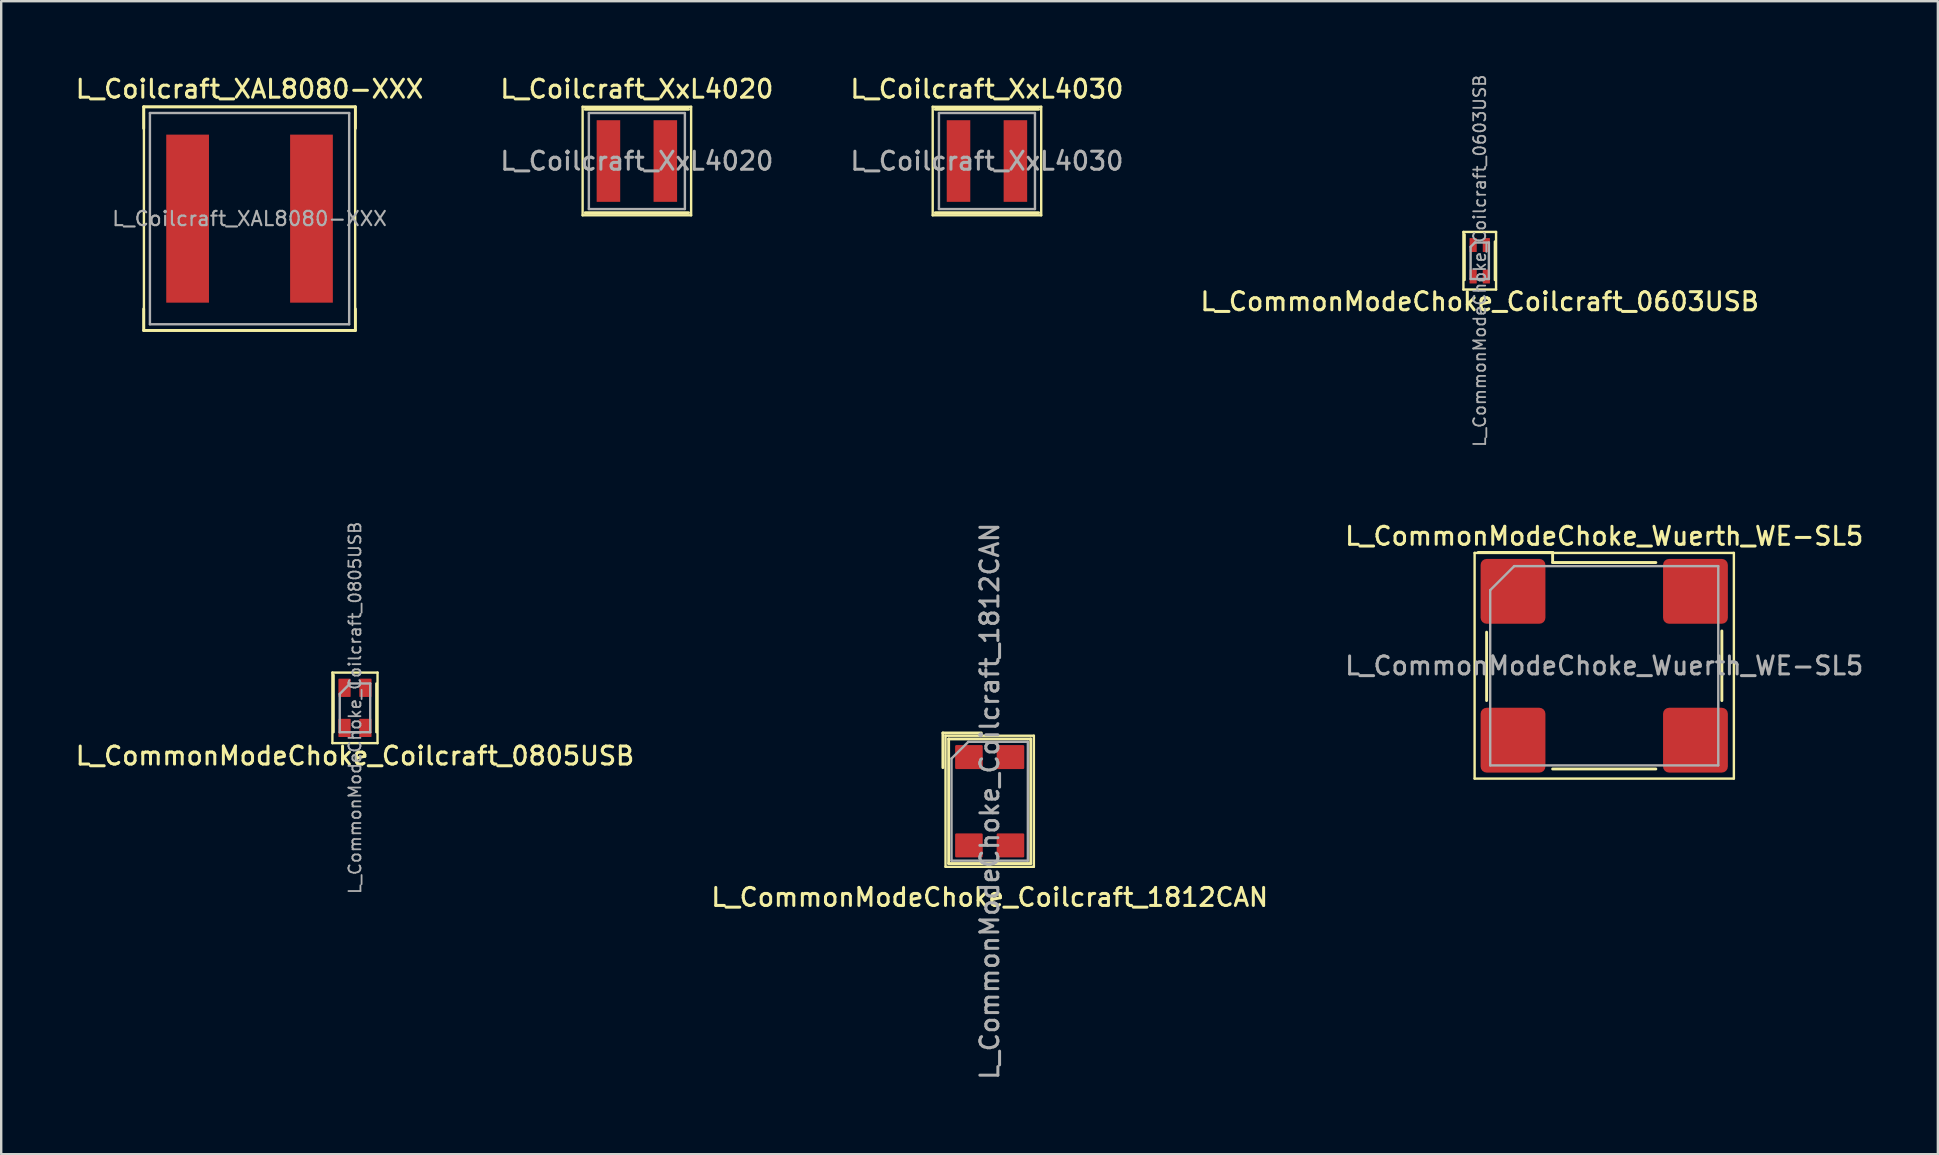
<source format=kicad_pcb>
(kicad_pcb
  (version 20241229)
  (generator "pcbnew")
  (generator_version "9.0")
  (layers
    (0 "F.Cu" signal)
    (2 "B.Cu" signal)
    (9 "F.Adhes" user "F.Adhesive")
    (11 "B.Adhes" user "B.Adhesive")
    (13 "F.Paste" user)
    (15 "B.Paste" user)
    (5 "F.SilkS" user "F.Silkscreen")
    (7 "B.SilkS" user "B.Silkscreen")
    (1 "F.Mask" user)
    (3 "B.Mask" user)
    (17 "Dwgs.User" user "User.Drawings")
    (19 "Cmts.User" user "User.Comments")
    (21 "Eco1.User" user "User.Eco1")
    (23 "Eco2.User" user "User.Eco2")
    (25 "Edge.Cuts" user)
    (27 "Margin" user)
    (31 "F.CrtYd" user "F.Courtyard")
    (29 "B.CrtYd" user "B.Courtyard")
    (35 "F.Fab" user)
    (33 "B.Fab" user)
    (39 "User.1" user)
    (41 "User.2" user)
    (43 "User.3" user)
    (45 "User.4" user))
  (footprint "L_CommonModeChoke_Coilcraft_0603USB"
    (layer "F.Cu")
    (at 58.591 7.812)
    (property "Reference" "L_CommonModeChoke_Coilcraft_0603USB" (at 0 1.7 0) (layer "F.SilkS") (effects (font (size 0.75 0.75) (thickness 0.125))))
    (attr smd)
    (fp_line (start -0.68 -1.2) (end 0.68 -1.2) (stroke (width 0.1) (type solid)) (layer "F.SilkS"))
    (fp_line (start -0.68 1.2) (end -0.68 -1.2) (stroke (width 0.1) (type solid)) (layer "F.SilkS"))
    (fp_line (start -0.68 1.2) (end 0.68 1.2) (stroke (width 0.1) (type solid)) (layer "F.SilkS"))
    (fp_line (start -0.63 -1.1) (end -0.63 0.8) (stroke (width 0.1) (type solid)) (layer "F.SilkS"))
    (fp_line (start 0.63 0.8) (end 0.63 -0.8) (stroke (width 0.1) (type solid)) (layer "F.SilkS"))
    (fp_line (start 0.68 1.2) (end 0.68 -1.2) (stroke (width 0.1) (type solid)) (layer "F.SilkS"))
    (fp_line (start -0.38 -0.58) (end -0.38 0.76) (stroke (width 0.1) (type solid)) (layer "F.Fab"))
    (fp_line (start -0.38 -0.58) (end -0.2 -0.76) (stroke (width 0.1) (type solid)) (layer "F.Fab"))
    (fp_line (start -0.38 0.76) (end 0.38 0.76) (stroke (width 0.1) (type solid)) (layer "F.Fab"))
    (fp_line (start -0.2 -0.76) (end 0.38 -0.76) (stroke (width 0.1) (type solid)) (layer "F.Fab"))
    (fp_line (start 0.38 -0.76) (end 0.38 0.76) (stroke (width 0.1) (type solid)) (layer "F.Fab"))
    (fp_text user "${REFERENCE}" (at 0 0 90) (layer "F.Fab") (effects (font (size 0.5 0.5) (thickness 0.075))))
    (pad "1" smd roundrect (at -0.275 -0.655) (size 0.3 0.58) (layers "F.Cu" "F.Mask" "F.Paste") (roundrect_rratio 0.05))
    (pad "2" smd roundrect (at -0.275 0.655) (size 0.3 0.58) (layers "F.Cu" "F.Mask" "F.Paste") (roundrect_rratio 0.05))
    (pad "3" smd roundrect (at 0.275 0.655) (size 0.3 0.58) (layers "F.Cu" "F.Mask" "F.Paste") (roundrect_rratio 0.05))
    (pad "4" smd roundrect (at 0.275 -0.655) (size 0.3 0.58) (layers "F.Cu" "F.Mask" "F.Paste") (roundrect_rratio 0.05)))
  (footprint "L_Coilcraft_XxL4020"
    (layer "F.Cu")
    (at 23.48 3.658)
    (property "Reference" "L_Coilcraft_XxL4020" (at 0 -3 0) (layer "F.SilkS") (effects (font (size 0.75 0.75) (thickness 0.125))))
    (attr smd)
    (fp_line (start -2.26 -2.26) (end 2.26 -2.26) (stroke (width 0.1) (type solid)) (layer "F.SilkS"))
    (fp_line (start -2.26 2.26) (end -2.26 -2.26) (stroke (width 0.1) (type solid)) (layer "F.SilkS"))
    (fp_line (start -2.154 -2.154) (end 2.154 -2.154) (stroke (width 0.12) (type solid)) (layer "F.SilkS"))
    (fp_line (start 2.154 2.154) (end -2.154 2.154) (stroke (width 0.12) (type solid)) (layer "F.SilkS"))
    (fp_line (start 2.26 -2.26) (end 2.26 2.26) (stroke (width 0.1) (type solid)) (layer "F.SilkS"))
    (fp_line (start 2.26 2.26) (end -2.26 2.26) (stroke (width 0.1) (type solid)) (layer "F.SilkS"))
    (fp_line (start -2 -2) (end 2 -2) (stroke (width 0.1) (type solid)) (layer "F.Fab"))
    (fp_line (start -2 2) (end -2 -2) (stroke (width 0.1) (type solid)) (layer "F.Fab"))
    (fp_line (start 2 -2) (end 2 2) (stroke (width 0.1) (type solid)) (layer "F.Fab"))
    (fp_line (start 2 2) (end -2 2) (stroke (width 0.1) (type solid)) (layer "F.Fab"))
    (fp_text user "${REFERENCE}" (at 0 0 0) (layer "F.Fab") (effects (font (size 0.75 0.75) (thickness 0.125))))
    (pad "1" smd rect (at -1.185 0) (size 0.98 3.4) (layers "F.Cu" "F.Mask" "F.Paste"))
    (pad "2" smd rect (at 1.185 0) (size 0.98 3.4) (layers "F.Cu" "F.Mask" "F.Paste")))
  (footprint "L_Coilcraft_XAL8080-XXX"
    (layer "F.Cu")
    (at 7.345 6.058)
    (property "Reference" "L_Coilcraft_XAL8080-XXX" (at 0 -5.4 0) (layer "F.SilkS") (effects (font (size 0.75 0.75) (thickness 0.125))))
    (attr smd)
    (fp_line (start -4.41 -4.66) (end -4.41 -3.76) (stroke (width 0.12) (type solid)) (layer "F.SilkS"))
    (fp_line (start -4.41 -4.66) (end 4.41 -4.66) (stroke (width 0.12) (type solid)) (layer "F.SilkS"))
    (fp_line (start -4.41 4.66) (end -4.41 3.76) (stroke (width 0.12) (type solid)) (layer "F.SilkS"))
    (fp_line (start -4.41 4.66) (end 4.41 4.66) (stroke (width 0.12) (type solid)) (layer "F.SilkS"))
    (fp_line (start -4.4 -4.65) (end -4.4 4.65) (stroke (width 0.1) (type solid)) (layer "F.SilkS"))
    (fp_line (start -4.4 4.65) (end 4.4 4.65) (stroke (width 0.1) (type solid)) (layer "F.SilkS"))
    (fp_line (start 4.4 -4.65) (end -4.4 -4.65) (stroke (width 0.1) (type solid)) (layer "F.SilkS"))
    (fp_line (start 4.4 4.65) (end 4.4 -4.65) (stroke (width 0.1) (type solid)) (layer "F.SilkS"))
    (fp_line (start 4.41 -4.66) (end 4.41 -3.76) (stroke (width 0.12) (type solid)) (layer "F.SilkS"))
    (fp_line (start 4.41 4.66) (end 4.41 3.76) (stroke (width 0.12) (type solid)) (layer "F.SilkS"))
    (fp_line (start -4.15 -4.4) (end -4.15 4.4) (stroke (width 0.1) (type solid)) (layer "F.Fab"))
    (fp_line (start -4.15 4.4) (end 4.15 4.4) (stroke (width 0.1) (type solid)) (layer "F.Fab"))
    (fp_line (start 4.15 -4.4) (end -4.15 -4.4) (stroke (width 0.1) (type solid)) (layer "F.Fab"))
    (fp_line (start 4.15 4.4) (end 4.15 -4.4) (stroke (width 0.1) (type solid)) (layer "F.Fab"))
    (fp_text user "${REFERENCE}" (at 0 0 0) (layer "F.Fab") (effects (font (size 0.593 0.593) (thickness 0.089))))
    (pad "1" smd rect (at -2.58 0) (size 1.78 7) (layers "F.Cu" "F.Mask" "F.Paste"))
    (pad "2" smd rect (at 2.58 0) (size 1.78 7) (layers "F.Cu" "F.Mask" "F.Paste")))
  (footprint "L_CommonModeChoke_Coilcraft_0805USB"
    (layer "F.Cu")
    (at 11.737 26.437)
    (property "Reference" "L_CommonModeChoke_Coilcraft_0805USB" (at 0 2 0) (layer "F.SilkS") (effects (font (size 0.75 0.75) (thickness 0.125))))
    (attr smd)
    (fp_line (start -0.94 -1.47) (end 0.94 -1.47) (stroke (width 0.1) (type solid)) (layer "F.SilkS"))
    (fp_line (start -0.94 1.47) (end -0.94 -1.47) (stroke (width 0.1) (type solid)) (layer "F.SilkS"))
    (fp_line (start -0.94 1.47) (end 0.94 1.47) (stroke (width 0.1) (type solid)) (layer "F.SilkS"))
    (fp_line (start -0.89 -1.37) (end -0.89 1.015) (stroke (width 0.1) (type solid)) (layer "F.SilkS"))
    (fp_line (start 0.89 -1.015) (end 0.89 1.015) (stroke (width 0.1) (type solid)) (layer "F.SilkS"))
    (fp_line (start 0.94 1.47) (end 0.94 -1.47) (stroke (width 0.1) (type solid)) (layer "F.SilkS"))
    (fp_line (start -0.635 -0.58) (end -0.635 1.015) (stroke (width 0.1) (type solid)) (layer "F.Fab"))
    (fp_line (start -0.635 -0.58) (end -0.205 -1.015) (stroke (width 0.1) (type solid)) (layer "F.Fab"))
    (fp_line (start -0.635 1.015) (end 0.635 1.015) (stroke (width 0.1) (type solid)) (layer "F.Fab"))
    (fp_line (start -0.205 -1.015) (end 0.635 -1.015) (stroke (width 0.1) (type solid)) (layer "F.Fab"))
    (fp_line (start 0.635 -1.015) (end 0.635 1.015) (stroke (width 0.1) (type solid)) (layer "F.Fab"))
    (fp_text user "${REFERENCE}" (at 0 0 90) (layer "F.Fab") (effects (font (size 0.5 0.5) (thickness 0.075))))
    (pad "1" smd roundrect (at -0.435 -0.835) (size 0.51 0.76) (layers "F.Cu" "F.Mask" "F.Paste") (roundrect_rratio 0.05))
    (pad "2" smd roundrect (at -0.435 0.835) (size 0.51 0.76) (layers "F.Cu" "F.Mask" "F.Paste") (roundrect_rratio 0.05))
    (pad "3" smd roundrect (at 0.435 0.835) (size 0.51 0.76) (layers "F.Cu" "F.Mask" "F.Paste") (roundrect_rratio 0.05))
    (pad "4" smd roundrect (at 0.435 -0.835) (size 0.51 0.76) (layers "F.Cu" "F.Mask" "F.Paste") (roundrect_rratio 0.05)))
  (footprint "L_Coilcraft_XxL4030"
    (layer "F.Cu")
    (at 38.063 3.658)
    (property "Reference" "L_Coilcraft_XxL4030" (at 0 -3 0) (layer "F.SilkS") (effects (font (size 0.75 0.75) (thickness 0.125))))
    (attr smd)
    (fp_line (start -2.26 -2.26) (end 2.26 -2.26) (stroke (width 0.1) (type solid)) (layer "F.SilkS"))
    (fp_line (start -2.26 2.26) (end -2.26 -2.26) (stroke (width 0.1) (type solid)) (layer "F.SilkS"))
    (fp_line (start -2.154 -2.154) (end 2.154 -2.154) (stroke (width 0.12) (type solid)) (layer "F.SilkS"))
    (fp_line (start 2.154 2.154) (end -2.154 2.154) (stroke (width 0.12) (type solid)) (layer "F.SilkS"))
    (fp_line (start 2.26 -2.26) (end 2.26 2.26) (stroke (width 0.1) (type solid)) (layer "F.SilkS"))
    (fp_line (start 2.26 2.26) (end -2.26 2.26) (stroke (width 0.1) (type solid)) (layer "F.SilkS"))
    (fp_line (start -2 -2) (end 2 -2) (stroke (width 0.1) (type solid)) (layer "F.Fab"))
    (fp_line (start -2 2) (end -2 -2) (stroke (width 0.1) (type solid)) (layer "F.Fab"))
    (fp_line (start 2 -2) (end 2 2) (stroke (width 0.1) (type solid)) (layer "F.Fab"))
    (fp_line (start 2 2) (end -2 2) (stroke (width 0.1) (type solid)) (layer "F.Fab"))
    (fp_text user "${REFERENCE}" (at 0 0 0) (layer "F.Fab") (effects (font (size 0.75 0.75) (thickness 0.125))))
    (pad "1" smd rect (at -1.185 0) (size 0.98 3.4) (layers "F.Cu" "F.Mask" "F.Paste"))
    (pad "2" smd rect (at 1.185 0) (size 0.98 3.4) (layers "F.Cu" "F.Mask" "F.Paste")))
  (footprint "L_CommonModeChoke_Wuerth_WE-SL5"
    (layer "F.Cu")
    (at 63.777 24.683)
    (property "Reference" "L_CommonModeChoke_Wuerth_WE-SL5" (at 0 -5.4 0) (layer "F.SilkS") (effects (font (size 0.75 0.75) (thickness 0.125))))
    (attr smd)
    (fp_line (start -5.4 4.7) (end -5.4 -4.7) (stroke (width 0.1) (type solid)) (layer "F.SilkS"))
    (fp_line (start -4.9 1.45) (end -4.9 -1.4) (stroke (width 0.12) (type solid)) (layer "F.SilkS"))
    (fp_line (start -2.15 -4.72) (end -5.25 -4.72) (stroke (width 0.12) (type solid)) (layer "F.SilkS"))
    (fp_line (start -2.15 -4.3) (end -2.15 -4.72) (stroke (width 0.12) (type solid)) (layer "F.SilkS"))
    (fp_line (start 2.15 -4.3) (end -2.15 -4.3) (stroke (width 0.12) (type solid)) (layer "F.SilkS"))
    (fp_line (start 2.15 4.3) (end -2.15 4.3) (stroke (width 0.12) (type solid)) (layer "F.SilkS"))
    (fp_line (start 4.9 1.45) (end 4.9 -1.45) (stroke (width 0.12) (type solid)) (layer "F.SilkS"))
    (fp_line (start 5.4 -4.7) (end -5.4 -4.7) (stroke (width 0.1) (type solid)) (layer "F.SilkS"))
    (fp_line (start 5.4 4.7) (end -5.4 4.7) (stroke (width 0.1) (type solid)) (layer "F.SilkS"))
    (fp_line (start 5.4 4.7) (end 5.4 -4.7) (stroke (width 0.1) (type solid)) (layer "F.SilkS"))
    (fp_line (start -4.75 -3.15) (end -4.75 4.15) (stroke (width 0.1) (type solid)) (layer "F.Fab"))
    (fp_line (start -4.75 4.15) (end 4.75 4.15) (stroke (width 0.1) (type solid)) (layer "F.Fab"))
    (fp_line (start -3.75 -4.15) (end -4.75 -3.15) (stroke (width 0.1) (type solid)) (layer "F.Fab"))
    (fp_line (start 4.75 -4.15) (end -3.75 -4.15) (stroke (width 0.1) (type solid)) (layer "F.Fab"))
    (fp_line (start 4.75 -4.15) (end 4.75 4.15) (stroke (width 0.1) (type solid)) (layer "F.Fab"))
    (fp_text user "${REFERENCE}" (at 0 0 0) (layer "F.Fab") (effects (font (size 0.75 0.75) (thickness 0.125))))
    (pad "1" smd roundrect (at -3.8 -3.1 180) (size 2.7 2.7) (layers "F.Cu" "F.Mask" "F.Paste") (roundrect_rratio 0.093))
    (pad "2" smd roundrect (at -3.8 3.1 180) (size 2.7 2.7) (layers "F.Cu" "F.Mask" "F.Paste") (roundrect_rratio 0.093))
    (pad "3" smd roundrect (at 3.8 3.1 180) (size 2.7 2.7) (layers "F.Cu" "F.Mask" "F.Paste") (roundrect_rratio 0.093))
    (pad "4" smd roundrect (at 3.8 -3.1 180) (size 2.7 2.7) (layers "F.Cu" "F.Mask" "F.Paste") (roundrect_rratio 0.093)))
  (footprint "L_CommonModeChoke_Coilcraft_1812CAN"
    (layer "F.Cu")
    (at 38.177 30.327)
    (property "Reference" "L_CommonModeChoke_Coilcraft_1812CAN" (at 0 4 0) (layer "F.SilkS") (effects (font (size 0.75 0.75) (thickness 0.125))))
    (attr smd)
    (fp_line (start -1.95 -2.845) (end -1.95 -1.4) (stroke (width 0.12) (type solid)) (layer "F.SilkS"))
    (fp_line (start -1.95 -2.845) (end -0.35 -2.845) (stroke (width 0.12) (type solid)) (layer "F.SilkS"))
    (fp_line (start -1.84 -2.73) (end 1.84 -2.73) (stroke (width 0.1) (type solid)) (layer "F.SilkS"))
    (fp_line (start -1.84 2.73) (end -1.84 -2.73) (stroke (width 0.1) (type solid)) (layer "F.SilkS"))
    (fp_line (start -1.84 2.73) (end 1.84 2.73) (stroke (width 0.1) (type solid)) (layer "F.SilkS"))
    (fp_line (start -1.71 -2.595) (end -1.71 2.595) (stroke (width 0.12) (type solid)) (layer "F.SilkS"))
    (fp_line (start -1.71 -2.595) (end 1.71 -2.595) (stroke (width 0.12) (type solid)) (layer "F.SilkS"))
    (fp_line (start -1.71 2.595) (end 1.71 2.595) (stroke (width 0.12) (type solid)) (layer "F.SilkS"))
    (fp_line (start 1.71 -2.595) (end 1.71 2.595) (stroke (width 0.12) (type solid)) (layer "F.SilkS"))
    (fp_line (start 1.84 2.73) (end 1.84 -2.73) (stroke (width 0.1) (type solid)) (layer "F.SilkS"))
    (fp_line (start -1.59 -1.78) (end -1.59 2.475) (stroke (width 0.1) (type solid)) (layer "F.Fab"))
    (fp_line (start -1.59 -1.78) (end -0.89 -2.475) (stroke (width 0.1) (type solid)) (layer "F.Fab"))
    (fp_line (start -1.59 2.475) (end 1.59 2.475) (stroke (width 0.1) (type solid)) (layer "F.Fab"))
    (fp_line (start -0.89 -2.475) (end 1.59 -2.475) (stroke (width 0.1) (type solid)) (layer "F.Fab"))
    (fp_line (start 1.59 -2.475) (end 1.59 2.475) (stroke (width 0.1) (type solid)) (layer "F.Fab"))
    (fp_text user "${REFERENCE}" (at 0 0 90) (layer "F.Fab") (effects (font (size 0.75 0.75) (thickness 0.125))))
    (pad "1" smd roundrect (at -0.865 -1.84) (size 1.15 1) (layers "F.Cu" "F.Mask" "F.Paste") (roundrect_rratio 0.05))
    (pad "2" smd roundrect (at -0.865 1.84) (size 1.15 1) (layers "F.Cu" "F.Mask" "F.Paste") (roundrect_rratio 0.05))
    (pad "3" smd roundrect (at 0.865 1.84) (size 1.15 1) (layers "F.Cu" "F.Mask" "F.Paste") (roundrect_rratio 0.05))
    (pad "4" smd roundrect (at 0.865 -1.84) (size 1.15 1) (layers "F.Cu" "F.Mask" "F.Paste") (roundrect_rratio 0.05)))
  (gr_rect
    (start -3 -3)
    (end 77.675 45.029)
    (stroke (width 0.1) (type default))
    (fill no)
    (layer "Edge.Cuts")))
</source>
